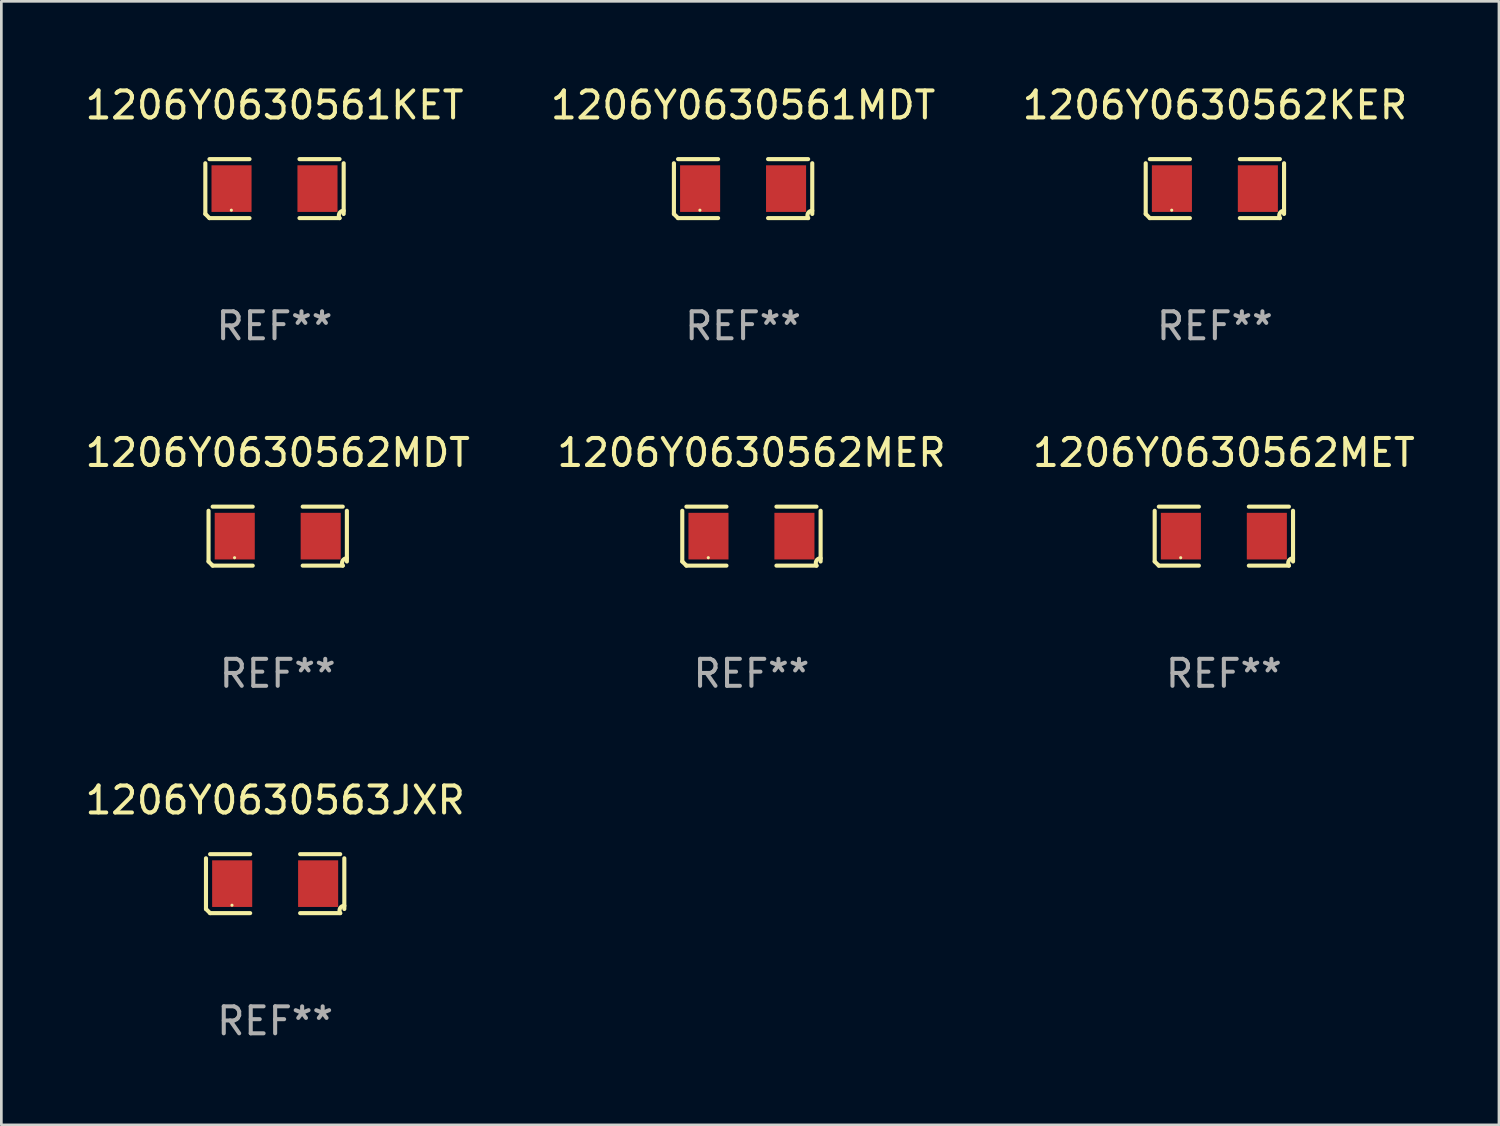
<source format=kicad_pcb>
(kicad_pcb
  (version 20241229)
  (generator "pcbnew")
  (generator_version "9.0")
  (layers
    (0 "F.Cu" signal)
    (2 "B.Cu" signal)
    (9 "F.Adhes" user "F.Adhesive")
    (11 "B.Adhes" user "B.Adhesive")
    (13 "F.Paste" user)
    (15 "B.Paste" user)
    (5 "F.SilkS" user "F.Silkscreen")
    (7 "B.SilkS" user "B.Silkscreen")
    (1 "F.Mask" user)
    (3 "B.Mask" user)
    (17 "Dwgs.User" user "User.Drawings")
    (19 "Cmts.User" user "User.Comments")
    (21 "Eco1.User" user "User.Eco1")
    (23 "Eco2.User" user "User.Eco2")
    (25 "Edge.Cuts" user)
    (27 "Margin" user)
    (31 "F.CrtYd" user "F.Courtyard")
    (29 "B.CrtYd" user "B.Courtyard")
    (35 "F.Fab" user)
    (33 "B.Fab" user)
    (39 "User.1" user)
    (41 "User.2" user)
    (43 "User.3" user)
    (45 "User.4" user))
  (footprint "1206Y0630562MDT"
    (layer "F.Cu")
    (at 7.244 16.823)
    (property "Reference" "1206Y0630562MDT" (at 0 -3.093 0) (layer "F.SilkS") (effects (font (size 1 1) (thickness 0.15))))
    (attr through_hole)
    (fp_line (start -2.564 0.94) (end -2.564 -0.94) (stroke (width 0.152) (type solid)) (layer "F.SilkS"))
    (fp_line (start -2.411 -1.093) (end -0.926 -1.093) (stroke (width 0.152) (type solid)) (layer "F.SilkS"))
    (fp_line (start -0.926 1.093) (end -2.411 1.093) (stroke (width 0.152) (type solid)) (layer "F.SilkS"))
    (fp_line (start 0.926 1.093) (end 2.411 1.093) (stroke (width 0.152) (type solid)) (layer "F.SilkS"))
    (fp_line (start 2.411 -1.093) (end 0.926 -1.093) (stroke (width 0.152) (type solid)) (layer "F.SilkS"))
    (fp_line (start 2.564 0.94) (end 2.564 -0.94) (stroke (width 0.152) (type solid)) (layer "F.SilkS"))
    (fp_arc (start -2.411201 1.092609) (mid -2.487413 1.01642) (end -2.563602 0.940208) (stroke (width 0.1524) (type solid)) (layer "F.SilkS"))
    (fp_arc (start 2.411201 1.092609) (mid 2.407159 0.911226) (end 2.563602 0.819347) (stroke (width 0.1524) (type solid)) (layer "F.SilkS"))
    (fp_circle (center -1.6 0.8) (end -1.57 0.8) (stroke (width 0.06) (type solid)) (fill no) (layer "F.SilkS"))
    (fp_text user "REF**" (at 0 5.093 0) (layer "F.Fab") (effects (font (size 1 1) (thickness 0.15))))
    (pad "1" smd rect (at -1.593 0) (size 1.485 1.728) (layers "F.Cu" "F.Mask" "F.Paste"))
    (pad "2" smd rect (at 1.593 0) (size 1.485 1.728) (layers "F.Cu" "F.Mask" "F.Paste")))
  (footprint "1206Y0630562KER"
    (layer "F.Cu")
    (at 41.982 3.941)
    (property "Reference" "1206Y0630562KER" (at 0 -3.093 0) (layer "F.SilkS") (effects (font (size 1 1) (thickness 0.15))))
    (attr through_hole)
    (fp_line (start -2.564 0.94) (end -2.564 -0.94) (stroke (width 0.152) (type solid)) (layer "F.SilkS"))
    (fp_line (start -2.411 -1.093) (end -0.926 -1.093) (stroke (width 0.152) (type solid)) (layer "F.SilkS"))
    (fp_line (start -0.926 1.093) (end -2.411 1.093) (stroke (width 0.152) (type solid)) (layer "F.SilkS"))
    (fp_line (start 0.926 1.093) (end 2.411 1.093) (stroke (width 0.152) (type solid)) (layer "F.SilkS"))
    (fp_line (start 2.411 -1.093) (end 0.926 -1.093) (stroke (width 0.152) (type solid)) (layer "F.SilkS"))
    (fp_line (start 2.564 0.94) (end 2.564 -0.94) (stroke (width 0.152) (type solid)) (layer "F.SilkS"))
    (fp_arc (start -2.411201 1.092609) (mid -2.487413 1.01642) (end -2.563602 0.940208) (stroke (width 0.1524) (type solid)) (layer "F.SilkS"))
    (fp_arc (start 2.411201 1.092609) (mid 2.407159 0.911226) (end 2.563602 0.819347) (stroke (width 0.1524) (type solid)) (layer "F.SilkS"))
    (fp_circle (center -1.6 0.8) (end -1.57 0.8) (stroke (width 0.06) (type solid)) (fill no) (layer "F.SilkS"))
    (fp_text user "REF**" (at 0 5.093 0) (layer "F.Fab") (effects (font (size 1 1) (thickness 0.15))))
    (pad "1" smd rect (at -1.593 0) (size 1.485 1.728) (layers "F.Cu" "F.Mask" "F.Paste"))
    (pad "2" smd rect (at 1.593 0) (size 1.485 1.728) (layers "F.Cu" "F.Mask" "F.Paste")))
  (footprint "1206Y0630561KET"
    (layer "F.Cu")
    (at 7.125 3.941)
    (property "Reference" "1206Y0630561KET" (at 0 -3.093 0) (layer "F.SilkS") (effects (font (size 1 1) (thickness 0.15))))
    (attr through_hole)
    (fp_line (start -2.564 0.94) (end -2.564 -0.94) (stroke (width 0.152) (type solid)) (layer "F.SilkS"))
    (fp_line (start -2.411 -1.093) (end -0.926 -1.093) (stroke (width 0.152) (type solid)) (layer "F.SilkS"))
    (fp_line (start -0.926 1.093) (end -2.411 1.093) (stroke (width 0.152) (type solid)) (layer "F.SilkS"))
    (fp_line (start 0.926 1.093) (end 2.411 1.093) (stroke (width 0.152) (type solid)) (layer "F.SilkS"))
    (fp_line (start 2.411 -1.093) (end 0.926 -1.093) (stroke (width 0.152) (type solid)) (layer "F.SilkS"))
    (fp_line (start 2.564 0.94) (end 2.564 -0.94) (stroke (width 0.152) (type solid)) (layer "F.SilkS"))
    (fp_arc (start -2.411201 1.092609) (mid -2.487413 1.01642) (end -2.563602 0.940208) (stroke (width 0.1524) (type solid)) (layer "F.SilkS"))
    (fp_arc (start 2.411201 1.092609) (mid 2.407159 0.911226) (end 2.563602 0.819347) (stroke (width 0.1524) (type solid)) (layer "F.SilkS"))
    (fp_circle (center -1.6 0.8) (end -1.57 0.8) (stroke (width 0.06) (type solid)) (fill no) (layer "F.SilkS"))
    (fp_text user "REF**" (at 0 5.093 0) (layer "F.Fab") (effects (font (size 1 1) (thickness 0.15))))
    (pad "1" smd rect (at -1.593 0) (size 1.485 1.728) (layers "F.Cu" "F.Mask" "F.Paste"))
    (pad "2" smd rect (at 1.593 0) (size 1.485 1.728) (layers "F.Cu" "F.Mask" "F.Paste")))
  (footprint "1206Y0630563JXR"
    (layer "F.Cu")
    (at 7.149 29.704)
    (property "Reference" "1206Y0630563JXR" (at 0 -3.093 0) (layer "F.SilkS") (effects (font (size 1 1) (thickness 0.15))))
    (attr through_hole)
    (fp_line (start -2.564 0.94) (end -2.564 -0.94) (stroke (width 0.152) (type solid)) (layer "F.SilkS"))
    (fp_line (start -2.411 -1.093) (end -0.926 -1.093) (stroke (width 0.152) (type solid)) (layer "F.SilkS"))
    (fp_line (start -0.926 1.093) (end -2.411 1.093) (stroke (width 0.152) (type solid)) (layer "F.SilkS"))
    (fp_line (start 0.926 1.093) (end 2.411 1.093) (stroke (width 0.152) (type solid)) (layer "F.SilkS"))
    (fp_line (start 2.411 -1.093) (end 0.926 -1.093) (stroke (width 0.152) (type solid)) (layer "F.SilkS"))
    (fp_line (start 2.564 0.94) (end 2.564 -0.94) (stroke (width 0.152) (type solid)) (layer "F.SilkS"))
    (fp_arc (start -2.411201 1.092609) (mid -2.487413 1.01642) (end -2.563602 0.940208) (stroke (width 0.1524) (type solid)) (layer "F.SilkS"))
    (fp_arc (start 2.411201 1.092609) (mid 2.407159 0.911226) (end 2.563602 0.819347) (stroke (width 0.1524) (type solid)) (layer "F.SilkS"))
    (fp_circle (center -1.6 0.8) (end -1.57 0.8) (stroke (width 0.06) (type solid)) (fill no) (layer "F.SilkS"))
    (fp_text user "REF**" (at 0 5.093 0) (layer "F.Fab") (effects (font (size 1 1) (thickness 0.15))))
    (pad "1" smd rect (at -1.593 0) (size 1.485 1.728) (layers "F.Cu" "F.Mask" "F.Paste"))
    (pad "2" smd rect (at 1.593 0) (size 1.485 1.728) (layers "F.Cu" "F.Mask" "F.Paste")))
  (footprint "1206Y0630561MDT"
    (layer "F.Cu")
    (at 24.494 3.941)
    (property "Reference" "1206Y0630561MDT" (at 0 -3.093 0) (layer "F.SilkS") (effects (font (size 1 1) (thickness 0.15))))
    (attr through_hole)
    (fp_line (start -2.564 0.94) (end -2.564 -0.94) (stroke (width 0.152) (type solid)) (layer "F.SilkS"))
    (fp_line (start -2.411 -1.093) (end -0.926 -1.093) (stroke (width 0.152) (type solid)) (layer "F.SilkS"))
    (fp_line (start -0.926 1.093) (end -2.411 1.093) (stroke (width 0.152) (type solid)) (layer "F.SilkS"))
    (fp_line (start 0.926 1.093) (end 2.411 1.093) (stroke (width 0.152) (type solid)) (layer "F.SilkS"))
    (fp_line (start 2.411 -1.093) (end 0.926 -1.093) (stroke (width 0.152) (type solid)) (layer "F.SilkS"))
    (fp_line (start 2.564 0.94) (end 2.564 -0.94) (stroke (width 0.152) (type solid)) (layer "F.SilkS"))
    (fp_arc (start -2.411201 1.092609) (mid -2.487413 1.01642) (end -2.563602 0.940208) (stroke (width 0.1524) (type solid)) (layer "F.SilkS"))
    (fp_arc (start 2.411201 1.092609) (mid 2.407159 0.911226) (end 2.563602 0.819347) (stroke (width 0.1524) (type solid)) (layer "F.SilkS"))
    (fp_circle (center -1.6 0.8) (end -1.57 0.8) (stroke (width 0.06) (type solid)) (fill no) (layer "F.SilkS"))
    (fp_text user "REF**" (at 0 5.093 0) (layer "F.Fab") (effects (font (size 1 1) (thickness 0.15))))
    (pad "1" smd rect (at -1.593 0) (size 1.485 1.728) (layers "F.Cu" "F.Mask" "F.Paste"))
    (pad "2" smd rect (at 1.593 0) (size 1.485 1.728) (layers "F.Cu" "F.Mask" "F.Paste")))
  (footprint "1206Y0630562MET"
    (layer "F.Cu")
    (at 42.315 16.823)
    (property "Reference" "1206Y0630562MET" (at 0 -3.093 0) (layer "F.SilkS") (effects (font (size 1 1) (thickness 0.15))))
    (attr through_hole)
    (fp_line (start -2.564 0.94) (end -2.564 -0.94) (stroke (width 0.152) (type solid)) (layer "F.SilkS"))
    (fp_line (start -2.411 -1.093) (end -0.926 -1.093) (stroke (width 0.152) (type solid)) (layer "F.SilkS"))
    (fp_line (start -0.926 1.093) (end -2.411 1.093) (stroke (width 0.152) (type solid)) (layer "F.SilkS"))
    (fp_line (start 0.926 1.093) (end 2.411 1.093) (stroke (width 0.152) (type solid)) (layer "F.SilkS"))
    (fp_line (start 2.411 -1.093) (end 0.926 -1.093) (stroke (width 0.152) (type solid)) (layer "F.SilkS"))
    (fp_line (start 2.564 0.94) (end 2.564 -0.94) (stroke (width 0.152) (type solid)) (layer "F.SilkS"))
    (fp_arc (start -2.411201 1.092609) (mid -2.487413 1.01642) (end -2.563602 0.940208) (stroke (width 0.1524) (type solid)) (layer "F.SilkS"))
    (fp_arc (start 2.411201 1.092609) (mid 2.407159 0.911226) (end 2.563602 0.819347) (stroke (width 0.1524) (type solid)) (layer "F.SilkS"))
    (fp_circle (center -1.6 0.8) (end -1.57 0.8) (stroke (width 0.06) (type solid)) (fill no) (layer "F.SilkS"))
    (fp_text user "REF**" (at 0 5.093 0) (layer "F.Fab") (effects (font (size 1 1) (thickness 0.15))))
    (pad "1" smd rect (at -1.593 0) (size 1.485 1.728) (layers "F.Cu" "F.Mask" "F.Paste"))
    (pad "2" smd rect (at 1.593 0) (size 1.485 1.728) (layers "F.Cu" "F.Mask" "F.Paste")))
  (footprint "1206Y0630562MER"
    (layer "F.Cu")
    (at 24.804 16.823)
    (property "Reference" "1206Y0630562MER" (at 0 -3.093 0) (layer "F.SilkS") (effects (font (size 1 1) (thickness 0.15))))
    (attr through_hole)
    (fp_line (start -2.564 0.94) (end -2.564 -0.94) (stroke (width 0.152) (type solid)) (layer "F.SilkS"))
    (fp_line (start -2.411 -1.093) (end -0.926 -1.093) (stroke (width 0.152) (type solid)) (layer "F.SilkS"))
    (fp_line (start -0.926 1.093) (end -2.411 1.093) (stroke (width 0.152) (type solid)) (layer "F.SilkS"))
    (fp_line (start 0.926 1.093) (end 2.411 1.093) (stroke (width 0.152) (type solid)) (layer "F.SilkS"))
    (fp_line (start 2.411 -1.093) (end 0.926 -1.093) (stroke (width 0.152) (type solid)) (layer "F.SilkS"))
    (fp_line (start 2.564 0.94) (end 2.564 -0.94) (stroke (width 0.152) (type solid)) (layer "F.SilkS"))
    (fp_arc (start -2.411201 1.092609) (mid -2.487413 1.01642) (end -2.563602 0.940208) (stroke (width 0.1524) (type solid)) (layer "F.SilkS"))
    (fp_arc (start 2.411201 1.092609) (mid 2.407159 0.911226) (end 2.563602 0.819347) (stroke (width 0.1524) (type solid)) (layer "F.SilkS"))
    (fp_circle (center -1.6 0.8) (end -1.57 0.8) (stroke (width 0.06) (type solid)) (fill no) (layer "F.SilkS"))
    (fp_text user "REF**" (at 0 5.093 0) (layer "F.Fab") (effects (font (size 1 1) (thickness 0.15))))
    (pad "1" smd rect (at -1.593 0) (size 1.485 1.728) (layers "F.Cu" "F.Mask" "F.Paste"))
    (pad "2" smd rect (at 1.593 0) (size 1.485 1.728) (layers "F.Cu" "F.Mask" "F.Paste")))
  (gr_rect
    (start -3 -3)
    (end 52.512 38.645)
    (stroke (width 0.1) (type default))
    (fill no)
    (layer "Edge.Cuts")))
</source>
